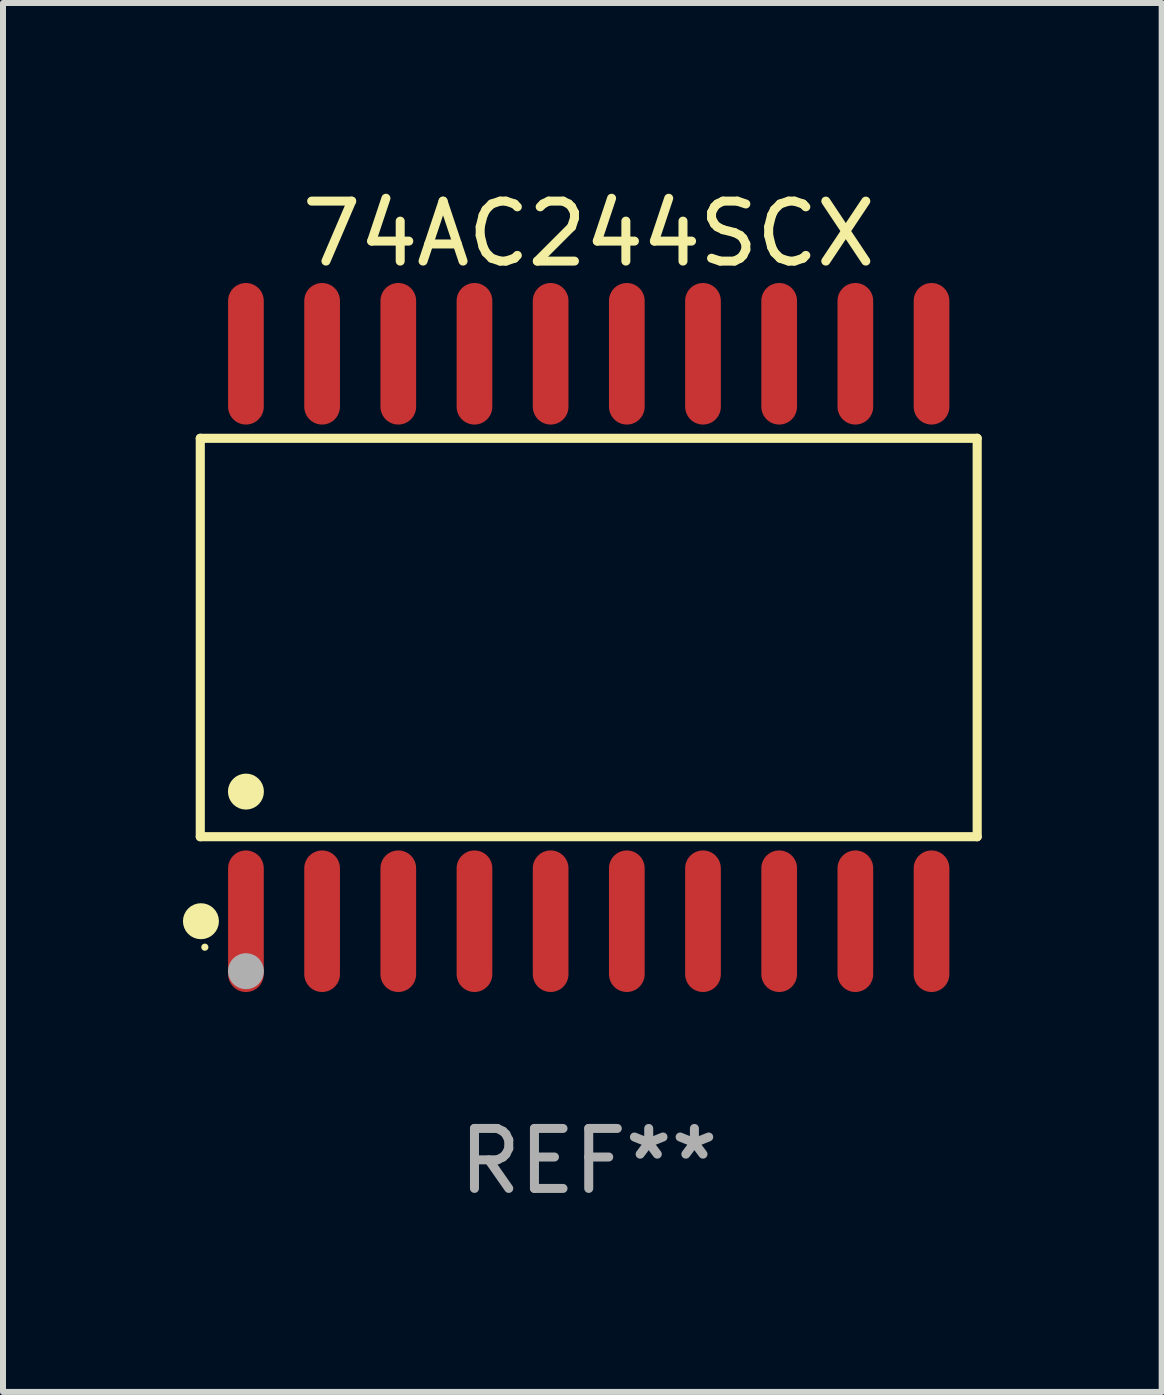
<source format=kicad_pcb>
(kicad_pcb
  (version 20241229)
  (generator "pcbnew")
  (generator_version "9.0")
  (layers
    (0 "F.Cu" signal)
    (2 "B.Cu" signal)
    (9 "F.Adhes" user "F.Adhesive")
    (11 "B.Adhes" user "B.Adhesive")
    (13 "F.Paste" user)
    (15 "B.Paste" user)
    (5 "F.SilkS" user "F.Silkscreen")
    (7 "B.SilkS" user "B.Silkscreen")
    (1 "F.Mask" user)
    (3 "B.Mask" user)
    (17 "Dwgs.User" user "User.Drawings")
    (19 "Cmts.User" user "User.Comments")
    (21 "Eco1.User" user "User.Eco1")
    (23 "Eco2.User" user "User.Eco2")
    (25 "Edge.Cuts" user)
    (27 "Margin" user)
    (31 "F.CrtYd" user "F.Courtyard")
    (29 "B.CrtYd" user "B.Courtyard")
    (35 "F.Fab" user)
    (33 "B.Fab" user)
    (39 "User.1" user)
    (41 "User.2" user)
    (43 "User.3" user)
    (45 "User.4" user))
  (footprint "74AC244SCX"
    (layer "F.Cu")
    (at 6.765 7.578)
    (property "Reference" "74AC244SCX" (at 0 -6.73 0) (layer "F.SilkS") (effects (font (size 1 1) (thickness 0.15))))
    (attr through_hole)
    (fp_line (start -6.476 -3.321) (end 6.476 -3.321) (stroke (width 0.152) (type solid)) (layer "F.SilkS"))
    (fp_line (start -6.476 3.321) (end -6.476 -3.321) (stroke (width 0.152) (type solid)) (layer "F.SilkS"))
    (fp_line (start 6.476 -3.321) (end 6.476 3.321) (stroke (width 0.152) (type solid)) (layer "F.SilkS"))
    (fp_line (start 6.476 3.321) (end -6.476 3.321) (stroke (width 0.152) (type solid)) (layer "F.SilkS"))
    (fp_circle (center -6.465 4.73) (end -6.315 4.73) (stroke (width 0.3) (type solid)) (fill no) (layer "F.SilkS"))
    (fp_circle (center -6.4 5.163) (end -6.37 5.163) (stroke (width 0.06) (type solid)) (fill no) (layer "F.SilkS"))
    (fp_circle (center -5.715 2.569) (end -5.565 2.569) (stroke (width 0.3) (type solid)) (fill no) (layer "F.SilkS"))
    (fp_circle (center -5.715 5.563) (end -5.565 5.563) (stroke (width 0.3) (type solid)) (fill no) (layer "F.Fab"))
    (fp_text user "REF**" (at 0 8.73 0) (layer "F.Fab") (effects (font (size 1 1) (thickness 0.15))))
    (pad "1" smd oval (at -5.715 4.73) (size 0.595 2.36) (layers "F.Cu" "F.Mask" "F.Paste"))
    (pad "2" smd oval (at -4.445 4.73) (size 0.595 2.36) (layers "F.Cu" "F.Mask" "F.Paste"))
    (pad "3" smd oval (at -3.175 4.73) (size 0.595 2.36) (layers "F.Cu" "F.Mask" "F.Paste"))
    (pad "4" smd oval (at -1.905 4.73) (size 0.595 2.36) (layers "F.Cu" "F.Mask" "F.Paste"))
    (pad "5" smd oval (at -0.635 4.73) (size 0.595 2.36) (layers "F.Cu" "F.Mask" "F.Paste"))
    (pad "6" smd oval (at 0.635 4.73) (size 0.595 2.36) (layers "F.Cu" "F.Mask" "F.Paste"))
    (pad "7" smd oval (at 1.905 4.73) (size 0.595 2.36) (layers "F.Cu" "F.Mask" "F.Paste"))
    (pad "8" smd oval (at 3.175 4.73) (size 0.595 2.36) (layers "F.Cu" "F.Mask" "F.Paste"))
    (pad "9" smd oval (at 4.445 4.73) (size 0.595 2.36) (layers "F.Cu" "F.Mask" "F.Paste"))
    (pad "10" smd oval (at 5.715 4.73) (size 0.595 2.36) (layers "F.Cu" "F.Mask" "F.Paste"))
    (pad "11" smd oval (at 5.715 -4.73) (size 0.595 2.36) (layers "F.Cu" "F.Mask" "F.Paste"))
    (pad "12" smd oval (at 4.445 -4.73) (size 0.595 2.36) (layers "F.Cu" "F.Mask" "F.Paste"))
    (pad "13" smd oval (at 3.175 -4.73) (size 0.595 2.36) (layers "F.Cu" "F.Mask" "F.Paste"))
    (pad "14" smd oval (at 1.905 -4.73) (size 0.595 2.36) (layers "F.Cu" "F.Mask" "F.Paste"))
    (pad "15" smd oval (at 0.635 -4.73) (size 0.595 2.36) (layers "F.Cu" "F.Mask" "F.Paste"))
    (pad "16" smd oval (at -0.635 -4.73) (size 0.595 2.36) (layers "F.Cu" "F.Mask" "F.Paste"))
    (pad "17" smd oval (at -1.905 -4.73) (size 0.595 2.36) (layers "F.Cu" "F.Mask" "F.Paste"))
    (pad "18" smd oval (at -3.175 -4.73) (size 0.595 2.36) (layers "F.Cu" "F.Mask" "F.Paste"))
    (pad "19" smd oval (at -4.445 -4.73) (size 0.595 2.36) (layers "F.Cu" "F.Mask" "F.Paste"))
    (pad "20" smd oval (at -5.715 -4.73) (size 0.595 2.36) (layers "F.Cu" "F.Mask" "F.Paste")))
  (gr_rect
    (start -3 -3)
    (end 16.317 20.156)
    (stroke (width 0.1) (type default))
    (fill no)
    (layer "Edge.Cuts")))
</source>
